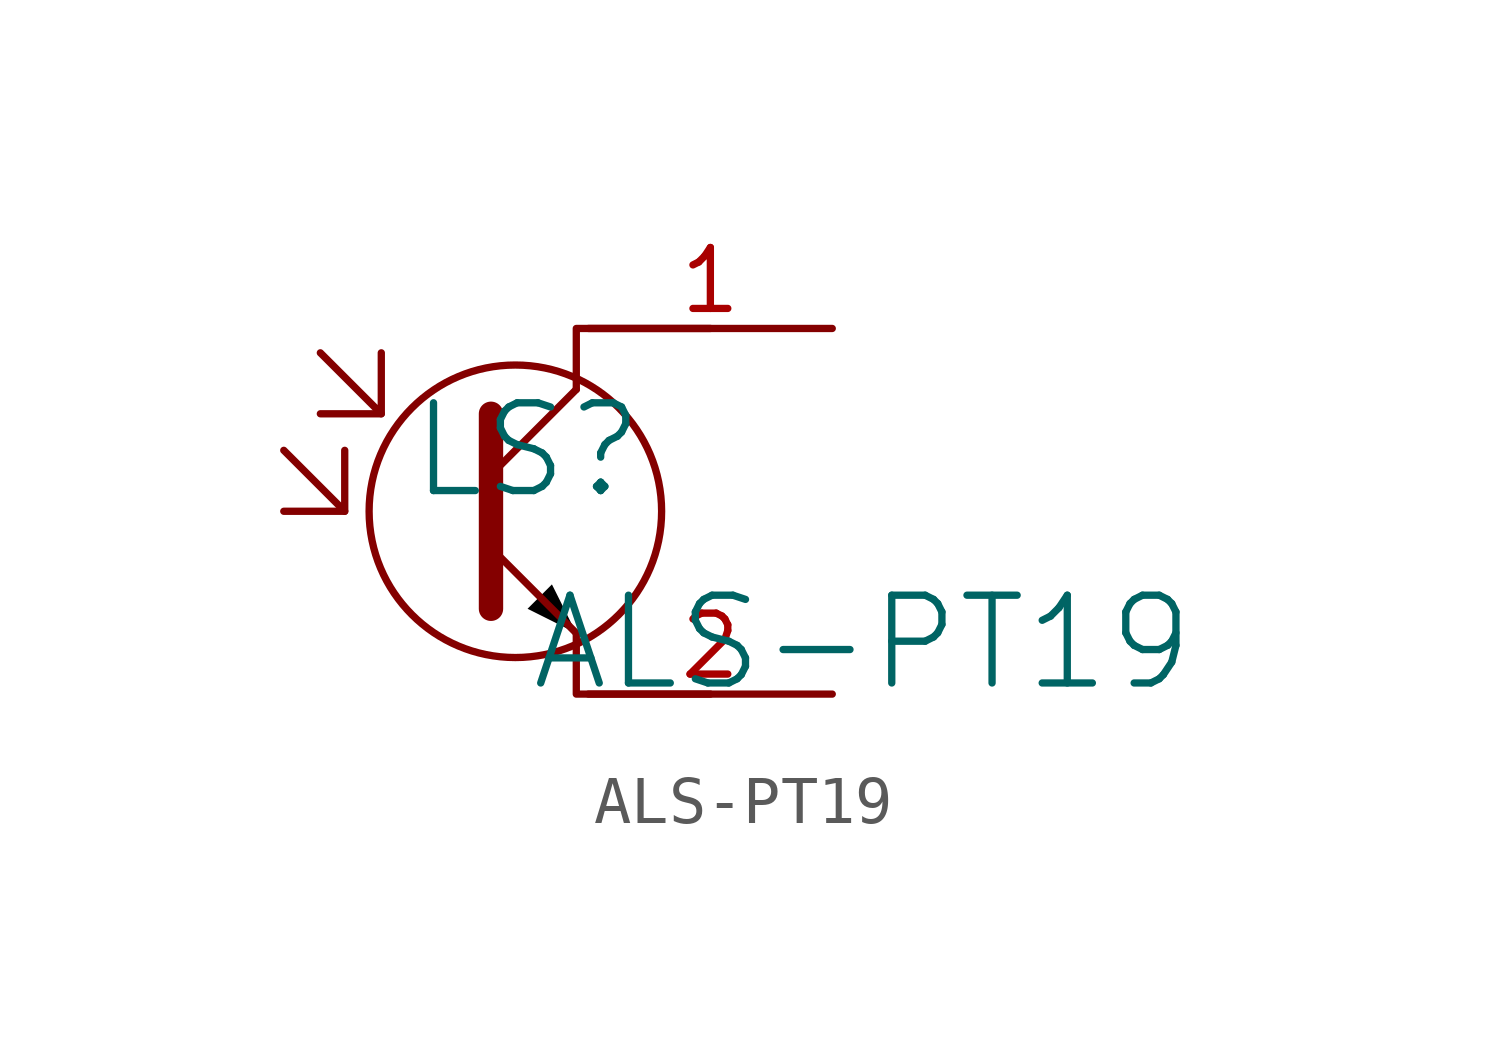
<source format=kicad_sym>
(kicad_symbol_lib
  (version 20241209)
  (generator "kicad_symbol_editor")
  (generator_version "9.0")
  (symbol "ALS-PT19"
    (pin_names
      (hide yes))
    (property "Reference" "LS"
      (at -1.27 1.27 0)
      (effects (font (size 1.829 1.829))))
    (property "Value" "ALS-PT19"
      (at -1.27 -3.81 0)
      (effects (font (size 1.829 1.829)) (justify left bottom)))
    (symbol "ALS-PT19_1_0"
      (polyline (pts (xy -6.35 1.27) (xy -5.08 0) (xy -5.08 1.27)) (stroke (width 0) (type solid)) (fill (type none)))
      (polyline (pts (xy -5.588 3.302) (xy -4.318 2.032) (xy -4.318 3.302)) (stroke (width 0) (type solid)) (fill (type none)))
      (polyline (pts (xy -5.08 0) (xy -6.35 0)) (stroke (width 0) (type solid)) (fill (type none)))
      (polyline (pts (xy -4.318 2.032) (xy -5.588 2.032)) (stroke (width 0) (type solid)) (fill (type none)))
      (polyline (pts (xy -2.032 2.032) (xy -2.032 -2.032)) (stroke (width 0.508) (type solid)) (fill (type none)))
      (circle (center -1.524 0) (radius 3.048) (stroke (width 0) (type solid)) (fill (type none)))
      (polyline (pts (xy -0.762 -1.524) (xy -1.27 -2.032) (xy -0.254 -2.54) (xy -0.762 -1.524)) (stroke (width -0.0001) (type solid) (color 0 0 0 1)) (fill (type outline)))
      (polyline (pts (xy -0.254 2.54) (xy -2.032 0.762) (xy -2.032 -0.762) (xy -0.254 -2.54)) (stroke (width 0) (type solid)) (fill (type none)))
      (polyline (pts (xy 2.54 3.81) (xy -0.254 3.81) (xy -0.254 2.54)) (stroke (width 0) (type solid)) (fill (type none)))
      (polyline (pts (xy 2.54 -3.81) (xy -0.254 -3.81) (xy -0.254 -2.54)) (stroke (width 0) (type solid)) (fill (type none)))
      (pin passive line (at 5.08 3.81 180) (length 5.08) (name "1" (effects (font (size 1.27 1.27)))) (number "1" (effects (font (size 1.27 1.27)))))
      (pin passive line (at 5.08 -3.81 180) (length 5.08) (name "2" (effects (font (size 1.27 1.27)))) (number "2" (effects (font (size 1.27 1.27))))))))
</source>
